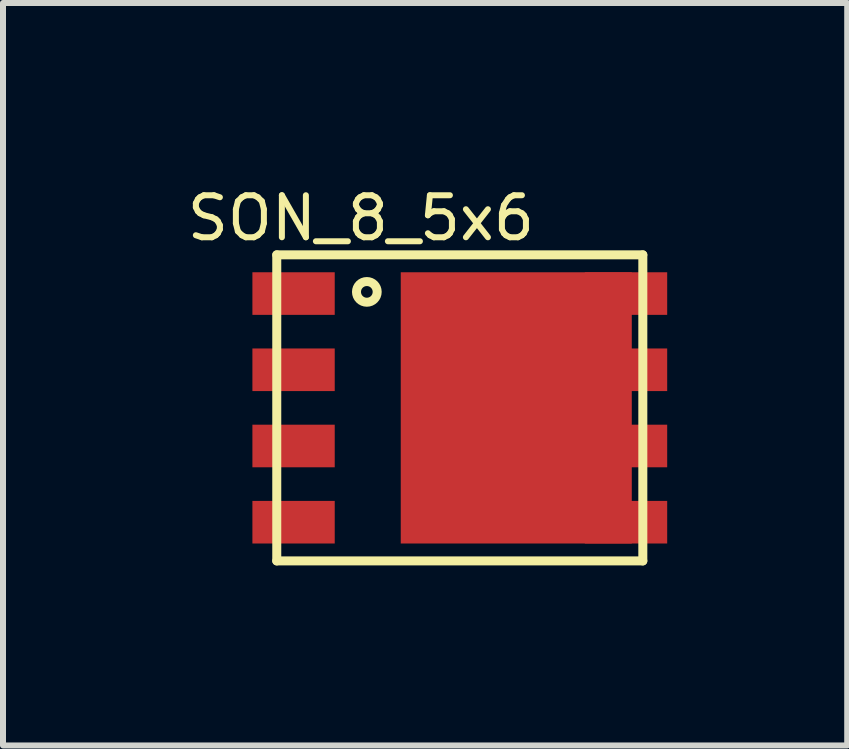
<source format=kicad_pcb>
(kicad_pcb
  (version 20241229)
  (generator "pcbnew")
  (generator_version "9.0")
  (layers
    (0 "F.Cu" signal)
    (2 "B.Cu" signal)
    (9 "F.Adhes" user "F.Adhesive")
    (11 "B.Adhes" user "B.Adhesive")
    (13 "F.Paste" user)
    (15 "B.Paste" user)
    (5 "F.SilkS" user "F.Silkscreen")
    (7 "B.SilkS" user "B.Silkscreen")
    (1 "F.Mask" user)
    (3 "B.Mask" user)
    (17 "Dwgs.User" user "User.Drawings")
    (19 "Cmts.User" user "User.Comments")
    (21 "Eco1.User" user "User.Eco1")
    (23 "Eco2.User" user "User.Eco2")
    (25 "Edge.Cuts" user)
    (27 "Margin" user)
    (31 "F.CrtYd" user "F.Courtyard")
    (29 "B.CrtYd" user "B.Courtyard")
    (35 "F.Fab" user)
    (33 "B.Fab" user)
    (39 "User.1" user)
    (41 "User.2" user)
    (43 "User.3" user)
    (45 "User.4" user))
  (footprint "SON_8_5x6"
    (layer "F.Cu")
    (at 4.612 3.747)
    (property "Reference" "SON_8_5x6" (at -1.648 -3.162 0) (layer "F.SilkS") (effects (font (size 0.7 0.7) (thickness 0.1))))
    (attr through_hole)
    (fp_line (start -3.05 -2.55) (end -3.05 2.55) (stroke (width 0.15) (type solid)) (layer "F.SilkS"))
    (fp_line (start -3.05 -2.55) (end 3.05 -2.55) (stroke (width 0.15) (type solid)) (layer "F.SilkS"))
    (fp_line (start -3.05 2.55) (end 3.05 2.55) (stroke (width 0.15) (type solid)) (layer "F.SilkS"))
    (fp_line (start 3.05 -2.55) (end 3.05 2.55) (stroke (width 0.15) (type solid)) (layer "F.SilkS"))
    (fp_circle (center -1.549 -1.933) (end -1.427 -1.811) (stroke (width 0.15) (type solid)) (fill no) (layer "F.SilkS"))
    (pad "1" smd rect (at -2.77 -1.905) (size 1.372 0.71) (layers "F.Cu" "F.Mask" "F.Paste"))
    (pad "1" smd rect (at -2.77 -0.635) (size 1.372 0.71) (layers "F.Cu" "F.Mask" "F.Paste"))
    (pad "1" smd rect (at -2.77 0.635) (size 1.372 0.71) (layers "F.Cu" "F.Mask" "F.Paste"))
    (pad "2" smd rect (at -2.77 1.905) (size 1.372 0.71) (layers "F.Cu" "F.Mask" "F.Paste"))
    (pad "3" smd rect (at 0.941 0) (size 3.85 4.52) (layers "F.Cu" "F.Mask" "F.Paste"))
    (pad "3" smd rect (at 2.77 -1.905) (size 1.372 0.71) (layers "F.Cu" "F.Mask" "F.Paste"))
    (pad "3" smd rect (at 2.77 -0.635) (size 1.372 0.71) (layers "F.Cu" "F.Mask" "F.Paste"))
    (pad "3" smd rect (at 2.77 0.635) (size 1.372 0.71) (layers "F.Cu" "F.Mask" "F.Paste"))
    (pad "3" smd rect (at 2.77 1.905) (size 1.372 0.71) (layers "F.Cu" "F.Mask" "F.Paste")))
  (gr_rect
    (start -3 -3)
    (end 11.068 9.372)
    (stroke (width 0.1) (type default))
    (fill no)
    (layer "Edge.Cuts")))
</source>
